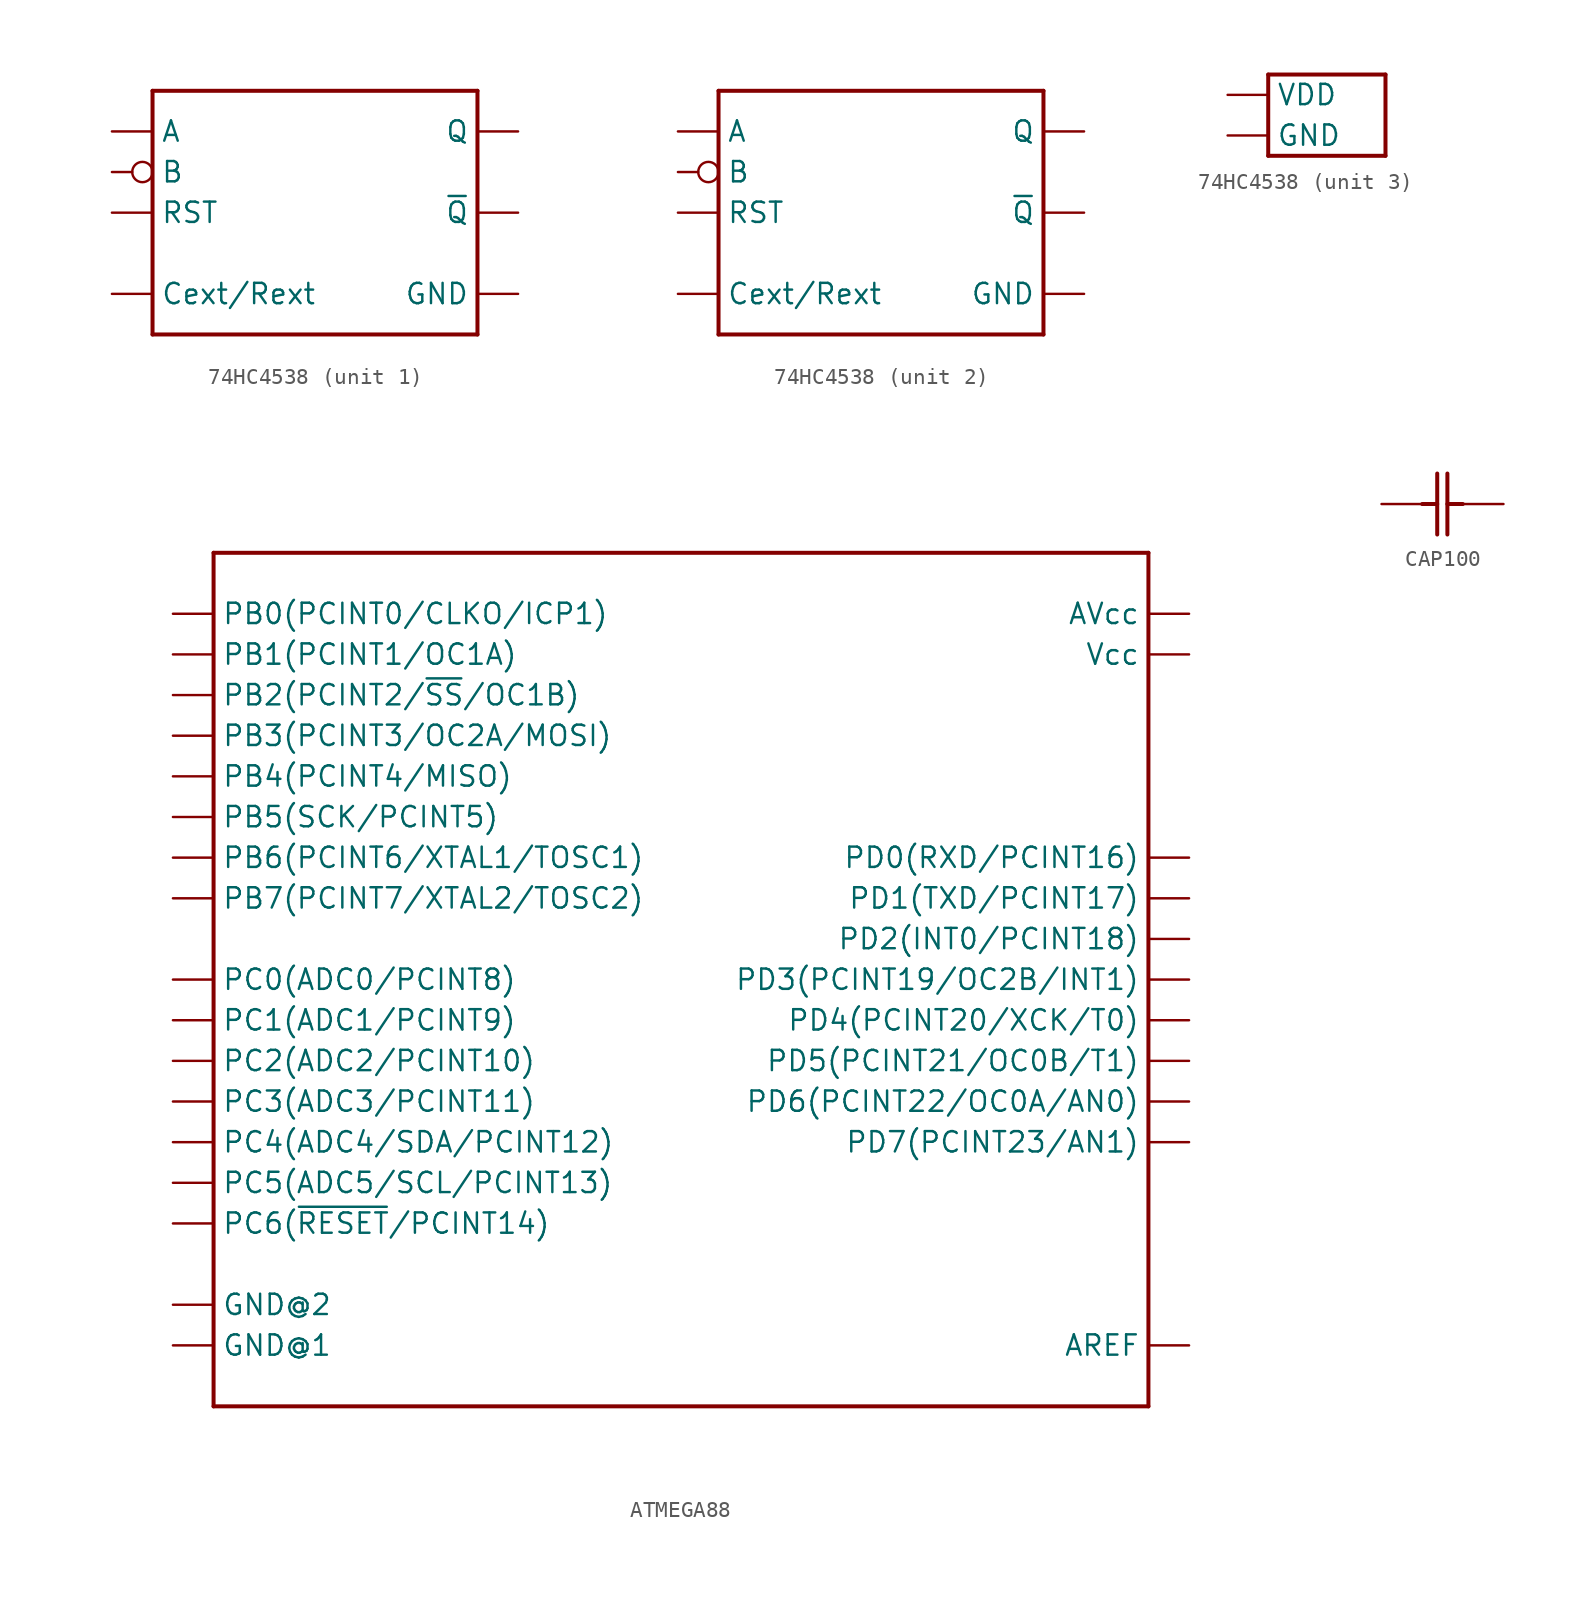
<source format=kicad_sym>
(kicad_symbol_lib
  (version 20231120)
  (generator "kicad_symbol_editor")
  (generator_version "8.0")
  (symbol "74HC4538"
    (property "Reference" "U"
      (at 0 0 0)
      (effects (font (size 1.27 1.27)) (hide yes)))
    (property "ki_locked" ""
      (at 0 0 0)
      (effects (font (size 1.27 1.27))))
    (symbol "74HC4538_1_0"
      (polyline (pts (xy -10.16 -7.62) (xy -10.16 7.62)) (stroke (width 0.25) (type solid)) (fill (type none)))
      (polyline (pts (xy -10.16 -7.62) (xy 10.16 -7.62)) (stroke (width 0.25) (type solid)) (fill (type none)))
      (polyline (pts (xy -10.16 7.62) (xy 10.16 7.62)) (stroke (width 0.25) (type solid)) (fill (type none)))
      (polyline (pts (xy 10.16 7.62) (xy 10.16 -7.62)) (stroke (width 0.25) (type solid)) (fill (type none)))
      (pin power_in line (at 12.7 -5.08 180) (length 2.54) (name "GND" (effects (font (size 1.27 1.27)))) (number "1" (effects (font (size 0 0)))))
      (pin passive line (at -12.7 -5.08 0) (length 2.54) (name "Cext/Rext" (effects (font (size 1.27 1.27)))) (number "2" (effects (font (size 0 0)))))
      (pin input line (at -12.7 0 0) (length 2.54) (name "RST" (effects (font (size 1.27 1.27)))) (number "3" (effects (font (size 0 0)))))
      (pin input line (at -12.7 5.08 0) (length 2.54) (name "A" (effects (font (size 1.27 1.27)))) (number "4" (effects (font (size 0 0)))))
      (pin input inverted (at -12.7 2.54 0) (length 2.54) (name "B" (effects (font (size 1.27 1.27)))) (number "5" (effects (font (size 0 0)))))
      (pin output line (at 12.7 5.08 180) (length 2.54) (name "Q" (effects (font (size 1.27 1.27)))) (number "6" (effects (font (size 0 0)))))
      (pin output line (at 12.7 0 180) (length 2.54) (name "~{Q}" (effects (font (size 1.27 1.27)))) (number "7" (effects (font (size 0 0))))))
    (symbol "74HC4538_2_0"
      (polyline (pts (xy -10.16 -7.62) (xy -10.16 7.62)) (stroke (width 0.25) (type solid)) (fill (type none)))
      (polyline (pts (xy -10.16 -7.62) (xy 10.16 -7.62)) (stroke (width 0.25) (type solid)) (fill (type none)))
      (polyline (pts (xy -10.16 7.62) (xy 10.16 7.62)) (stroke (width 0.25) (type solid)) (fill (type none)))
      (polyline (pts (xy 10.16 7.62) (xy 10.16 -7.62)) (stroke (width 0.25) (type solid)) (fill (type none)))
      (pin output line (at 12.7 5.08 180) (length 2.54) (name "Q" (effects (font (size 1.27 1.27)))) (number "10" (effects (font (size 0 0)))))
      (pin input inverted (at -12.7 2.54 0) (length 2.54) (name "B" (effects (font (size 1.27 1.27)))) (number "11" (effects (font (size 0 0)))))
      (pin input line (at -12.7 5.08 0) (length 2.54) (name "A" (effects (font (size 1.27 1.27)))) (number "12" (effects (font (size 0 0)))))
      (pin input line (at -12.7 0 0) (length 2.54) (name "RST" (effects (font (size 1.27 1.27)))) (number "13" (effects (font (size 0 0)))))
      (pin passive line (at -12.7 -5.08 0) (length 2.54) (name "Cext/Rext" (effects (font (size 1.27 1.27)))) (number "14" (effects (font (size 0 0)))))
      (pin power_in line (at 12.7 -5.08 180) (length 2.54) (name "GND" (effects (font (size 1.27 1.27)))) (number "15" (effects (font (size 0 0)))))
      (pin output line (at 12.7 0 180) (length 2.54) (name "~{Q}" (effects (font (size 1.27 1.27)))) (number "9" (effects (font (size 0 0))))))
    (symbol "74HC4538_3_0"
      (polyline (pts (xy -3.667 -2.54) (xy -3.667 2.54)) (stroke (width 0.25) (type solid)) (fill (type none)))
      (polyline (pts (xy -3.667 2.54) (xy 3.667 2.54)) (stroke (width 0.25) (type solid)) (fill (type none)))
      (polyline (pts (xy 3.667 -2.54) (xy -3.667 -2.54)) (stroke (width 0.25) (type solid)) (fill (type none)))
      (polyline (pts (xy 3.667 2.54) (xy 3.667 -2.54)) (stroke (width 0.25) (type solid)) (fill (type none)))
      (pin power_in line (at -6.207 1.27 0) (length 2.54) (name "VDD" (effects (font (size 1.27 1.27)))) (number "16" (effects (font (size 0 0)))))
      (pin power_in line (at -6.207 -1.27 0) (length 2.54) (name "GND" (effects (font (size 1.27 1.27)))) (number "8" (effects (font (size 0 0)))))))
  (symbol "ATMEGA88"
    (property "Reference" "U"
      (at 0 0 0)
      (effects (font (size 1.27 1.27)) (hide yes)))
    (property "ki_locked" ""
      (at 0 0 0)
      (effects (font (size 1.27 1.27))))
    (symbol "ATMEGA88_1_0"
      (polyline (pts (xy -29.21 -26.67) (xy -29.21 26.67)) (stroke (width 0.25) (type solid)) (fill (type none)))
      (polyline (pts (xy -29.21 26.67) (xy 29.21 26.67)) (stroke (width 0.25) (type solid)) (fill (type none)))
      (polyline (pts (xy 29.21 -26.67) (xy -29.21 -26.67)) (stroke (width 0.25) (type solid)) (fill (type none)))
      (polyline (pts (xy 29.21 26.67) (xy 29.21 -26.67)) (stroke (width 0.25) (type solid)) (fill (type none)))
      (pin bidirectional line (at -31.75 -15.24 0) (length 2.54) (name "PC6(~{RESET}/PCINT14)" (effects (font (size 1.27 1.27)))) (number "1" (effects (font (size 0 0)))))
      (pin bidirectional line (at -31.75 5.08 0) (length 2.54) (name "PB7(PCINT7/XTAL2/TOSC2)" (effects (font (size 1.27 1.27)))) (number "10" (effects (font (size 0 0)))))
      (pin bidirectional line (at 31.75 -5.08 180) (length 2.54) (name "PD5(PCINT21/OC0B/T1)" (effects (font (size 1.27 1.27)))) (number "11" (effects (font (size 0 0)))))
      (pin bidirectional line (at 31.75 -7.62 180) (length 2.54) (name "PD6(PCINT22/OC0A/AN0)" (effects (font (size 1.27 1.27)))) (number "12" (effects (font (size 0 0)))))
      (pin bidirectional line (at 31.75 -10.16 180) (length 2.54) (name "PD7(PCINT23/AN1)" (effects (font (size 1.27 1.27)))) (number "13" (effects (font (size 0 0)))))
      (pin bidirectional line (at -31.75 22.86 0) (length 2.54) (name "PB0(PCINT0/CLKO/ICP1)" (effects (font (size 1.27 1.27)))) (number "14" (effects (font (size 0 0)))))
      (pin bidirectional line (at -31.75 20.32 0) (length 2.54) (name "PB1(PCINT1/OC1A)" (effects (font (size 1.27 1.27)))) (number "15" (effects (font (size 0 0)))))
      (pin bidirectional line (at -31.75 17.78 0) (length 2.54) (name "PB2(PCINT2/~{SS}/OC1B)" (effects (font (size 1.27 1.27)))) (number "16" (effects (font (size 0 0)))))
      (pin bidirectional line (at -31.75 15.24 0) (length 2.54) (name "PB3(PCINT3/OC2A/MOSI)" (effects (font (size 1.27 1.27)))) (number "17" (effects (font (size 0 0)))))
      (pin bidirectional line (at -31.75 12.7 0) (length 2.54) (name "PB4(PCINT4/MISO)" (effects (font (size 1.27 1.27)))) (number "18" (effects (font (size 0 0)))))
      (pin bidirectional line (at -31.75 10.16 0) (length 2.54) (name "PB5(SCK/PCINT5)" (effects (font (size 1.27 1.27)))) (number "19" (effects (font (size 0 0)))))
      (pin bidirectional line (at 31.75 7.62 180) (length 2.54) (name "PD0(RXD/PCINT16)" (effects (font (size 1.27 1.27)))) (number "2" (effects (font (size 0 0)))))
      (pin power_in line (at 31.75 22.86 180) (length 2.54) (name "AVcc" (effects (font (size 1.27 1.27)))) (number "20" (effects (font (size 0 0)))))
      (pin bidirectional line (at 31.75 -22.86 180) (length 2.54) (name "AREF" (effects (font (size 1.27 1.27)))) (number "21" (effects (font (size 0 0)))))
      (pin power_in line (at -31.75 -20.32 0) (length 2.54) (name "GND@2" (effects (font (size 1.27 1.27)))) (number "22" (effects (font (size 0 0)))))
      (pin bidirectional line (at -31.75 0 0) (length 2.54) (name "PC0(ADC0/PCINT8)" (effects (font (size 1.27 1.27)))) (number "23" (effects (font (size 0 0)))))
      (pin bidirectional line (at -31.75 -2.54 0) (length 2.54) (name "PC1(ADC1/PCINT9)" (effects (font (size 1.27 1.27)))) (number "24" (effects (font (size 0 0)))))
      (pin bidirectional line (at -31.75 -5.08 0) (length 2.54) (name "PC2(ADC2/PCINT10)" (effects (font (size 1.27 1.27)))) (number "25" (effects (font (size 0 0)))))
      (pin bidirectional line (at -31.75 -7.62 0) (length 2.54) (name "PC3(ADC3/PCINT11)" (effects (font (size 1.27 1.27)))) (number "26" (effects (font (size 0 0)))))
      (pin bidirectional line (at -31.75 -10.16 0) (length 2.54) (name "PC4(ADC4/SDA/PCINT12)" (effects (font (size 1.27 1.27)))) (number "27" (effects (font (size 0 0)))))
      (pin bidirectional line (at -31.75 -12.7 0) (length 2.54) (name "PC5(ADC5/SCL/PCINT13)" (effects (font (size 1.27 1.27)))) (number "28" (effects (font (size 0 0)))))
      (pin bidirectional line (at 31.75 5.08 180) (length 2.54) (name "PD1(TXD/PCINT17)" (effects (font (size 1.27 1.27)))) (number "3" (effects (font (size 0 0)))))
      (pin bidirectional line (at 31.75 2.54 180) (length 2.54) (name "PD2(INT0/PCINT18)" (effects (font (size 1.27 1.27)))) (number "4" (effects (font (size 0 0)))))
      (pin bidirectional line (at 31.75 0 180) (length 2.54) (name "PD3(PCINT19/OC2B/INT1)" (effects (font (size 1.27 1.27)))) (number "5" (effects (font (size 0 0)))))
      (pin bidirectional line (at 31.75 -2.54 180) (length 2.54) (name "PD4(PCINT20/XCK/T0)" (effects (font (size 1.27 1.27)))) (number "6" (effects (font (size 0 0)))))
      (pin power_in line (at 31.75 20.32 180) (length 2.54) (name "Vcc" (effects (font (size 1.27 1.27)))) (number "7" (effects (font (size 0 0)))))
      (pin power_in line (at -31.75 -22.86 0) (length 2.54) (name "GND@1" (effects (font (size 1.27 1.27)))) (number "8" (effects (font (size 0 0)))))
      (pin bidirectional line (at -31.75 7.62 0) (length 2.54) (name "PB6(PCINT6/XTAL1/TOSC1)" (effects (font (size 1.27 1.27)))) (number "9" (effects (font (size 0 0)))))))
  (symbol "CAP100"
    (property "Reference" "C"
      (at 0 0 0)
      (effects (font (size 1.27 1.27)) (hide yes)))
    (property "ki_locked" ""
      (at 0 0 0)
      (effects (font (size 1.27 1.27))))
    (symbol "CAP100_1_0"
      (polyline (pts (xy -1.27 0) (xy -0.33 0)) (stroke (width 0.25) (type solid)) (fill (type none)))
      (polyline (pts (xy -0.33 -1.905) (xy -0.33 1.905)) (stroke (width 0.25) (type solid)) (fill (type none)))
      (polyline (pts (xy 0.305 -1.905) (xy 0.305 1.905)) (stroke (width 0.25) (type solid)) (fill (type none)))
      (polyline (pts (xy 0.305 0) (xy 1.27 0)) (stroke (width 0.25) (type solid)) (fill (type none)))
      (pin passive line (at -3.81 0 0) (length 2.54) (name "1" (effects (font (size 0 0)))) (number "1" (effects (font (size 0 0)))))
      (pin passive line (at 3.81 0 180) (length 2.54) (name "2" (effects (font (size 0 0)))) (number "2" (effects (font (size 0 0))))))))
</source>
